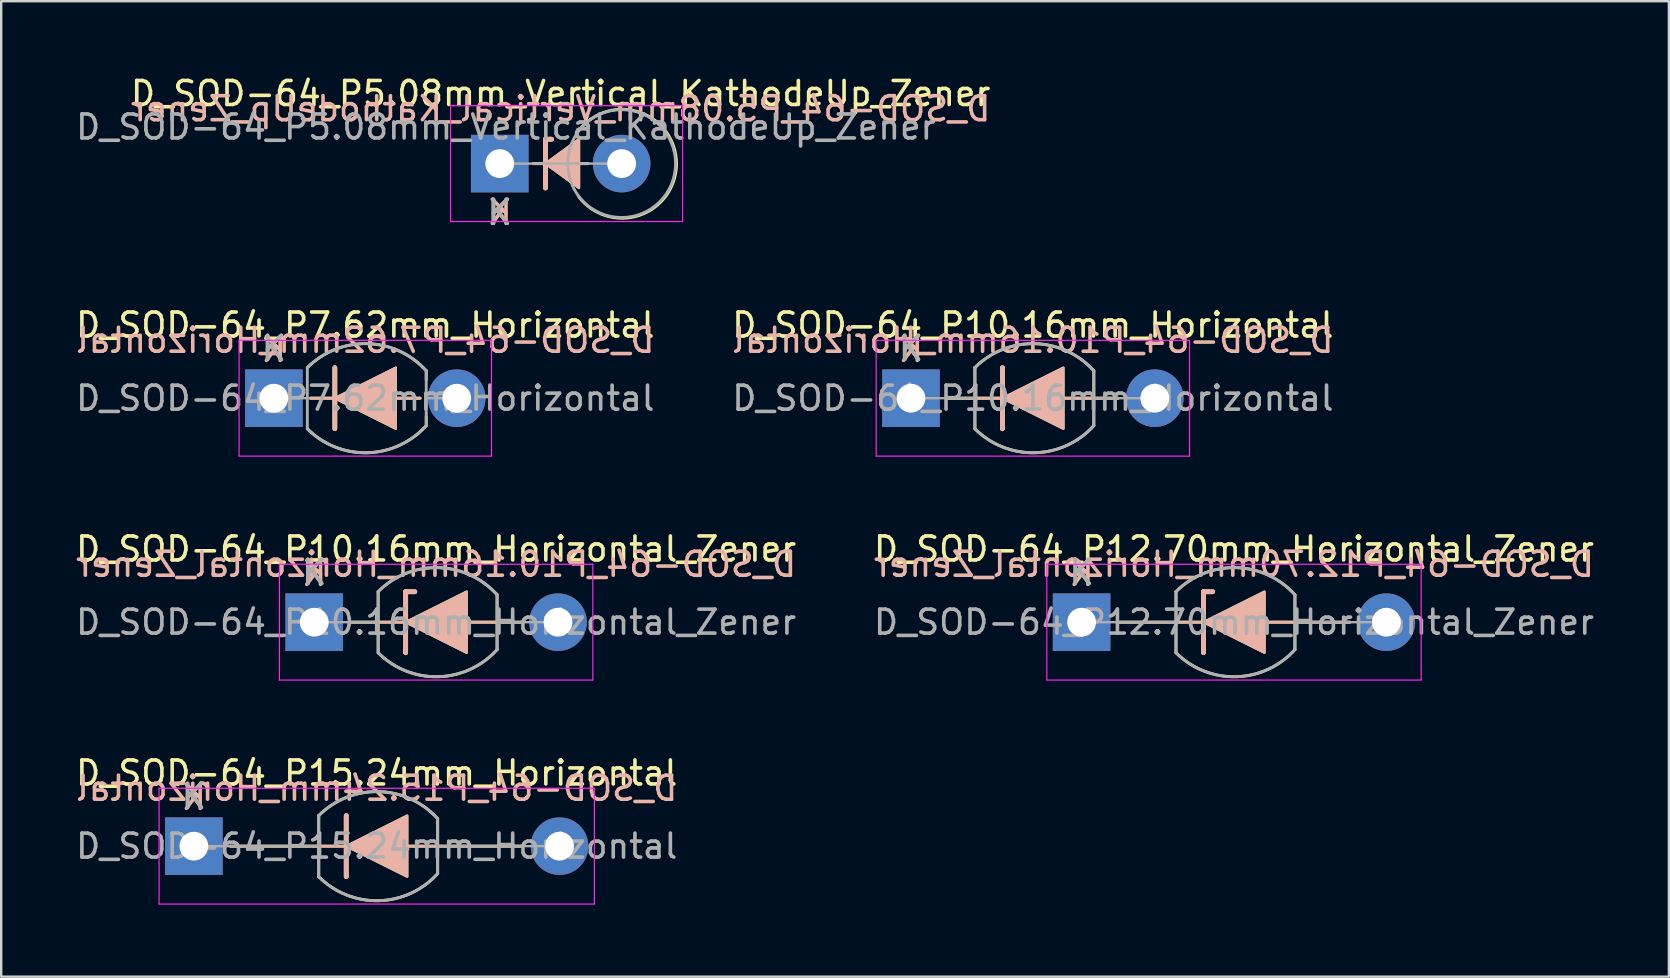
<source format=kicad_pcb>
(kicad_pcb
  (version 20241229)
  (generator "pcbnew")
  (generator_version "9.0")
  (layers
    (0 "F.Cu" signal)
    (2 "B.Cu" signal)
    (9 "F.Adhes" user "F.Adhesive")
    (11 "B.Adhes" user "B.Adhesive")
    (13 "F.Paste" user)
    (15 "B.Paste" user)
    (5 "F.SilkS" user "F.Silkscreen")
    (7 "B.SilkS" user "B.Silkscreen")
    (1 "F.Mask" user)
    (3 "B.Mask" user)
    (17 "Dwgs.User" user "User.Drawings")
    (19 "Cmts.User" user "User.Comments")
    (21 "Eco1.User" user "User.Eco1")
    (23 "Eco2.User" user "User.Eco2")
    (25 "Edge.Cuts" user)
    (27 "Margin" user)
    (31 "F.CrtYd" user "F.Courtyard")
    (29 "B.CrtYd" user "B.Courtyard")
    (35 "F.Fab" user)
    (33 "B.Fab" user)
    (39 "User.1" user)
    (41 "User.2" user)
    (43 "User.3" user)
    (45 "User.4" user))
  (footprint "D_SOD-64_P15.24mm_Horizontal"
    (layer "F.Cu")
    (at 5.029 32.213)
    (property "Reference" "D_SOD-64_P15.24mm_Horizontal" (at 7.62 -3.048 0) (layer "F.SilkS") (effects (font (size 1 1) (thickness 0.15))))
    (fp_line (start 1.524 0) (end 13.716 0) (stroke (width 0.12) (type solid)) (layer "F.SilkS"))
    (fp_line (start 5.204 1.27) (end 5.204 -1.273) (stroke (width 0.12) (type solid)) (layer "F.SilkS"))
    (fp_line (start 6.35 1.27) (end 6.35 -1.27) (stroke (width 0.2) (type solid)) (layer "F.SilkS"))
    (fp_line (start 10.16 -1.143) (end 10.16 1.143) (stroke (width 0.12) (type solid)) (layer "F.SilkS"))
    (fp_arc (start 5.20366 -1.27334) (mid 7.709833 -2.273039) (end 10.159998 -1.143) (stroke (width 0.12) (type solid)) (layer "F.SilkS"))
    (fp_arc (start 10.16 1.143) (mid 7.710216 2.273029) (end 5.204202 1.273879) (stroke (width 0.12) (type solid)) (layer "F.SilkS"))
    (fp_poly (pts (xy 8.89 1.27) (xy 6.35 0) (xy 8.89 -1.27)) (stroke (width 0.1) (type solid)) (fill yes) (layer "F.SilkS"))
    (fp_line (start 1.524 0) (end 13.716 0) (stroke (width 0.12) (type solid)) (layer "B.SilkS"))
    (fp_line (start 6.35 -1.27) (end 6.35 1.27) (stroke (width 0.2) (type solid)) (layer "B.SilkS"))
    (fp_poly (pts (xy 8.89 -1.27) (xy 6.35 0) (xy 8.89 1.27)) (stroke (width 0.1) (type solid)) (fill yes) (layer "B.SilkS"))
    (fp_line (start -1.45 -2.413) (end -1.45 2.413) (stroke (width 0.05) (type solid)) (layer "F.CrtYd"))
    (fp_line (start -1.45 2.413) (end 16.69 2.413) (stroke (width 0.05) (type solid)) (layer "F.CrtYd"))
    (fp_line (start 16.69 -2.413) (end -1.45 -2.413) (stroke (width 0.05) (type solid)) (layer "F.CrtYd"))
    (fp_line (start 16.69 2.413) (end 16.69 -2.413) (stroke (width 0.05) (type solid)) (layer "F.CrtYd"))
    (fp_line (start 0 0) (end 5.204 0.000269) (stroke (width 0.1) (type solid)) (layer "F.Fab"))
    (fp_line (start 5.204 1.274) (end 5.204 -1.273) (stroke (width 0.12) (type solid)) (layer "F.Fab"))
    (fp_line (start 10.16 -1.143) (end 10.16 1.143) (stroke (width 0.12) (type solid)) (layer "F.Fab"))
    (fp_line (start 15.24 0) (end 10.16 0) (stroke (width 0.1) (type solid)) (layer "F.Fab"))
    (fp_arc (start 5.2042 -1.273879) (mid 7.710214 -2.273029) (end 10.159998 -1.143) (stroke (width 0.12) (type solid)) (layer "F.Fab"))
    (fp_arc (start 10.16 1.143) (mid 7.710216 2.273029) (end 5.204202 1.273879) (stroke (width 0.12) (type solid)) (layer "F.Fab"))
    (fp_text user "K" (at 0 -2.073 0) (layer "F.SilkS") (effects (font (size 1 1) (thickness 0.15))))
    (fp_text user "${REFERENCE}" (at 7.62 -2.413 0) (layer "B.SilkS") (effects (font (size 1 1) (thickness 0.15)) (justify mirror)))
    (fp_text user "K" (at 0 -2.032 0) (layer "B.SilkS") (effects (font (size 1 1) (thickness 0.15)) (justify mirror)))
    (fp_text user "${REFERENCE}" (at 7.62 0 0) (layer "F.Fab") (effects (font (size 1 1) (thickness 0.15))))
    (fp_text user "K" (at 0 -2.073 0) (layer "F.Fab") (effects (font (size 1 1) (thickness 0.15))))
    (pad "1" thru_hole rect (at 0 0) (size 2.4 2.4) (drill 1.2) (layers "*.Cu" "*.Mask"))
    (pad "2" thru_hole oval (at 15.24 0) (size 2.4 2.4) (drill 1.2) (layers "*.Cu" "*.Mask")))
  (footprint "D_SOD-64_P10.16mm_Horizontal_Zener"
    (layer "F.Cu")
    (at 10.045 22.879)
    (property "Reference" "D_SOD-64_P10.16mm_Horizontal_Zener" (at 5.08 -3.048 0) (layer "F.SilkS") (effects (font (size 1 1) (thickness 0.15))))
    (fp_line (start 1.524 0) (end 8.636 0) (stroke (width 0.12) (type solid)) (layer "F.SilkS"))
    (fp_line (start 2.664 1.27) (end 2.664 -1.273) (stroke (width 0.12) (type solid)) (layer "F.SilkS"))
    (fp_line (start 3.81 -1.27) (end 4.191 -1.27) (stroke (width 0.2) (type solid)) (layer "F.SilkS"))
    (fp_line (start 3.81 1.27) (end 3.81 -1.27) (stroke (width 0.2) (type solid)) (layer "F.SilkS"))
    (fp_line (start 7.62 -1.143) (end 7.62 1.143) (stroke (width 0.12) (type solid)) (layer "F.SilkS"))
    (fp_arc (start 2.66366 -1.27334) (mid 5.169833 -2.273039) (end 7.619998 -1.143) (stroke (width 0.12) (type solid)) (layer "F.SilkS"))
    (fp_arc (start 7.62 1.143) (mid 5.170216 2.273029) (end 2.664202 1.273879) (stroke (width 0.12) (type solid)) (layer "F.SilkS"))
    (fp_poly (pts (xy 6.35 1.27) (xy 3.81 0) (xy 6.35 -1.27)) (stroke (width 0.1) (type solid)) (fill yes) (layer "F.SilkS"))
    (fp_line (start 1.524 0) (end 8.636 0) (stroke (width 0.12) (type solid)) (layer "B.SilkS"))
    (fp_line (start 3.81 -1.27) (end 3.81 1.27) (stroke (width 0.2) (type solid)) (layer "B.SilkS"))
    (fp_line (start 3.81 -1.27) (end 4.191 -1.27) (stroke (width 0.2) (type solid)) (layer "B.SilkS"))
    (fp_poly (pts (xy 6.35 -1.27) (xy 3.81 0) (xy 6.35 1.27)) (stroke (width 0.1) (type solid)) (fill yes) (layer "B.SilkS"))
    (fp_line (start -1.45 -2.413) (end -1.45 2.413) (stroke (width 0.05) (type solid)) (layer "F.CrtYd"))
    (fp_line (start -1.45 2.413) (end 11.61 2.413) (stroke (width 0.05) (type solid)) (layer "F.CrtYd"))
    (fp_line (start 11.61 -2.413) (end -1.45 -2.413) (stroke (width 0.05) (type solid)) (layer "F.CrtYd"))
    (fp_line (start 11.61 2.413) (end 11.61 -2.413) (stroke (width 0.05) (type solid)) (layer "F.CrtYd"))
    (fp_line (start 0 0) (end 2.664 0.000269) (stroke (width 0.1) (type solid)) (layer "F.Fab"))
    (fp_line (start 2.664 1.274) (end 2.664 -1.273) (stroke (width 0.12) (type solid)) (layer "F.Fab"))
    (fp_line (start 7.62 -1.143) (end 7.62 1.143) (stroke (width 0.12) (type solid)) (layer "F.Fab"))
    (fp_line (start 10.16 0) (end 7.62 0) (stroke (width 0.1) (type solid)) (layer "F.Fab"))
    (fp_arc (start 2.6642 -1.273879) (mid 5.170214 -2.273029) (end 7.619998 -1.143) (stroke (width 0.12) (type solid)) (layer "F.Fab"))
    (fp_arc (start 7.62 1.143) (mid 5.170216 2.273029) (end 2.664202 1.273879) (stroke (width 0.12) (type solid)) (layer "F.Fab"))
    (fp_text user "K" (at 0 -2.073 0) (layer "F.SilkS") (effects (font (size 1 1) (thickness 0.15))))
    (fp_text user "K" (at 0 -2.032 0) (layer "B.SilkS") (effects (font (size 1 1) (thickness 0.15)) (justify mirror)))
    (fp_text user "${REFERENCE}" (at 5.08 -2.413 0) (layer "B.SilkS") (effects (font (size 1 1) (thickness 0.15)) (justify mirror)))
    (fp_text user "K" (at 0 -2.073 0) (layer "F.Fab") (effects (font (size 1 1) (thickness 0.15))))
    (fp_text user "${REFERENCE}" (at 5.08 0 0) (layer "F.Fab") (effects (font (size 1 1) (thickness 0.15))))
    (pad "1" thru_hole rect (at 0 0) (size 2.4 2.4) (drill 1.2) (layers "*.Cu" "*.Mask"))
    (pad "2" thru_hole oval (at 10.16 0) (size 2.4 2.4) (drill 1.2) (layers "*.Cu" "*.Mask")))
  (footprint "D_SOD-64_P12.70mm_Horizontal_Zener"
    (layer "F.Cu")
    (at 42.025 22.879)
    (property "Reference" "D_SOD-64_P12.70mm_Horizontal_Zener" (at 6.35 -3.048 0) (layer "F.SilkS") (effects (font (size 1 1) (thickness 0.15))))
    (fp_line (start 1.524 0) (end 11.176 0) (stroke (width 0.12) (type solid)) (layer "F.SilkS"))
    (fp_line (start 3.934 1.27) (end 3.934 -1.273) (stroke (width 0.12) (type solid)) (layer "F.SilkS"))
    (fp_line (start 5.08 -1.27) (end 5.461 -1.27) (stroke (width 0.2) (type solid)) (layer "F.SilkS"))
    (fp_line (start 5.08 1.27) (end 5.08 -1.27) (stroke (width 0.2) (type solid)) (layer "F.SilkS"))
    (fp_line (start 8.89 -1.143) (end 8.89 1.143) (stroke (width 0.12) (type solid)) (layer "F.SilkS"))
    (fp_arc (start 3.93366 -1.27334) (mid 6.439833 -2.273039) (end 8.889998 -1.143) (stroke (width 0.12) (type solid)) (layer "F.SilkS"))
    (fp_arc (start 8.89 1.143) (mid 6.440216 2.273029) (end 3.934202 1.273879) (stroke (width 0.12) (type solid)) (layer "F.SilkS"))
    (fp_poly (pts (xy 7.62 1.27) (xy 5.08 0) (xy 7.62 -1.27)) (stroke (width 0.1) (type solid)) (fill yes) (layer "F.SilkS"))
    (fp_line (start 1.524 0) (end 11.176 0) (stroke (width 0.12) (type solid)) (layer "B.SilkS"))
    (fp_line (start 5.08 -1.27) (end 5.08 1.27) (stroke (width 0.2) (type solid)) (layer "B.SilkS"))
    (fp_line (start 5.08 -1.27) (end 5.461 -1.27) (stroke (width 0.2) (type solid)) (layer "B.SilkS"))
    (fp_poly (pts (xy 7.62 -1.27) (xy 5.08 0) (xy 7.62 1.27)) (stroke (width 0.1) (type solid)) (fill yes) (layer "B.SilkS"))
    (fp_line (start -1.45 -2.413) (end -1.45 2.413) (stroke (width 0.05) (type solid)) (layer "F.CrtYd"))
    (fp_line (start -1.45 2.413) (end 14.15 2.413) (stroke (width 0.05) (type solid)) (layer "F.CrtYd"))
    (fp_line (start 14.15 -2.413) (end -1.45 -2.413) (stroke (width 0.05) (type solid)) (layer "F.CrtYd"))
    (fp_line (start 14.15 2.413) (end 14.15 -2.413) (stroke (width 0.05) (type solid)) (layer "F.CrtYd"))
    (fp_line (start 0 0.000269) (end 3.934 0.000269) (stroke (width 0.1) (type solid)) (layer "F.Fab"))
    (fp_line (start 3.934 1.274) (end 3.934 -1.273) (stroke (width 0.12) (type solid)) (layer "F.Fab"))
    (fp_line (start 8.89 -1.143) (end 8.89 1.143) (stroke (width 0.12) (type solid)) (layer "F.Fab"))
    (fp_line (start 12.7 0) (end 8.89 0) (stroke (width 0.1) (type solid)) (layer "F.Fab"))
    (fp_arc (start 3.9342 -1.273879) (mid 6.440214 -2.273029) (end 8.889998 -1.143) (stroke (width 0.12) (type solid)) (layer "F.Fab"))
    (fp_arc (start 8.89 1.143) (mid 6.440216 2.273029) (end 3.934202 1.273879) (stroke (width 0.12) (type solid)) (layer "F.Fab"))
    (fp_text user "K" (at 0 -2.073 0) (layer "F.SilkS") (effects (font (size 1 1) (thickness 0.15))))
    (fp_text user "K" (at 0 -2.032 0) (layer "B.SilkS") (effects (font (size 1 1) (thickness 0.15)) (justify mirror)))
    (fp_text user "${REFERENCE}" (at 6.35 -2.413 0) (layer "B.SilkS") (effects (font (size 1 1) (thickness 0.15)) (justify mirror)))
    (fp_text user "K" (at 0 -2.073 0) (layer "F.Fab") (effects (font (size 1 1) (thickness 0.15))))
    (fp_text user "${REFERENCE}" (at 6.35 0 0) (layer "F.Fab") (effects (font (size 1 1) (thickness 0.15))))
    (pad "1" thru_hole rect (at 0 0) (size 2.4 2.4) (drill 1.2) (layers "*.Cu" "*.Mask"))
    (pad "2" thru_hole oval (at 12.7 0) (size 2.4 2.4) (drill 1.2) (layers "*.Cu" "*.Mask")))
  (footprint "D_SOD-64_P10.16mm_Horizontal"
    (layer "F.Cu")
    (at 34.914 13.545)
    (property "Reference" "D_SOD-64_P10.16mm_Horizontal" (at 5.08 -3.048 0) (layer "F.SilkS") (effects (font (size 1 1) (thickness 0.15))))
    (fp_line (start 1.524 0) (end 8.636 0) (stroke (width 0.12) (type solid)) (layer "F.SilkS"))
    (fp_line (start 2.664 1.27) (end 2.664 -1.273) (stroke (width 0.12) (type solid)) (layer "F.SilkS"))
    (fp_line (start 3.81 1.27) (end 3.81 -1.27) (stroke (width 0.2) (type solid)) (layer "F.SilkS"))
    (fp_line (start 7.62 -1.143) (end 7.62 1.143) (stroke (width 0.12) (type solid)) (layer "F.SilkS"))
    (fp_arc (start 2.66366 -1.27334) (mid 5.169833 -2.273039) (end 7.619998 -1.143) (stroke (width 0.12) (type solid)) (layer "F.SilkS"))
    (fp_arc (start 7.62 1.143) (mid 5.170216 2.273029) (end 2.664202 1.273879) (stroke (width 0.12) (type solid)) (layer "F.SilkS"))
    (fp_poly (pts (xy 6.35 1.27) (xy 3.81 0) (xy 6.35 -1.27)) (stroke (width 0.1) (type solid)) (fill yes) (layer "F.SilkS"))
    (fp_line (start 1.524 0) (end 8.636 0) (stroke (width 0.12) (type solid)) (layer "B.SilkS"))
    (fp_line (start 3.81 -1.27) (end 3.81 1.27) (stroke (width 0.2) (type solid)) (layer "B.SilkS"))
    (fp_poly (pts (xy 6.35 -1.27) (xy 3.81 0) (xy 6.35 1.27)) (stroke (width 0.1) (type solid)) (fill yes) (layer "B.SilkS"))
    (fp_line (start -1.45 -2.413) (end -1.45 2.413) (stroke (width 0.05) (type solid)) (layer "F.CrtYd"))
    (fp_line (start -1.45 2.413) (end 11.61 2.413) (stroke (width 0.05) (type solid)) (layer "F.CrtYd"))
    (fp_line (start 11.61 -2.413) (end -1.45 -2.413) (stroke (width 0.05) (type solid)) (layer "F.CrtYd"))
    (fp_line (start 11.61 2.413) (end 11.61 -2.413) (stroke (width 0.05) (type solid)) (layer "F.CrtYd"))
    (fp_line (start 0 0) (end 2.664 0.000269) (stroke (width 0.1) (type solid)) (layer "F.Fab"))
    (fp_line (start 2.664 1.274) (end 2.664 -1.273) (stroke (width 0.12) (type solid)) (layer "F.Fab"))
    (fp_line (start 7.62 -1.143) (end 7.62 1.143) (stroke (width 0.12) (type solid)) (layer "F.Fab"))
    (fp_line (start 7.62 0) (end 10.16 0) (stroke (width 0.1) (type solid)) (layer "F.Fab"))
    (fp_arc (start 2.6642 -1.273879) (mid 5.170214 -2.273029) (end 7.619998 -1.143) (stroke (width 0.12) (type solid)) (layer "F.Fab"))
    (fp_arc (start 7.62 1.143) (mid 5.170216 2.273029) (end 2.664202 1.273879) (stroke (width 0.12) (type solid)) (layer "F.Fab"))
    (fp_text user "K" (at 0 -2.073 0) (layer "F.SilkS") (effects (font (size 1 1) (thickness 0.15))))
    (fp_text user "K" (at 0 -2.032 0) (layer "B.SilkS") (effects (font (size 1 1) (thickness 0.15)) (justify mirror)))
    (fp_text user "${REFERENCE}" (at 5.08 -2.413 0) (layer "B.SilkS") (effects (font (size 1 1) (thickness 0.15)) (justify mirror)))
    (fp_text user "${REFERENCE}" (at 5.08 0 0) (layer "F.Fab") (effects (font (size 1 1) (thickness 0.15))))
    (fp_text user "K" (at 0 -2.073 0) (layer "F.Fab") (effects (font (size 1 1) (thickness 0.15))))
    (pad "1" thru_hole rect (at 0 0) (size 2.4 2.4) (drill 1.2) (layers "*.Cu" "*.Mask"))
    (pad "2" thru_hole oval (at 10.16 0) (size 2.4 2.4) (drill 1.2) (layers "*.Cu" "*.Mask")))
  (footprint "D_SOD-64_P5.08mm_Vertical_KathodeUp_Zener"
    (layer "F.Cu")
    (at 17.776 3.768)
    (property "Reference" "D_SOD-64_P5.08mm_Vertical_KathodeUp_Zener" (at 2.54 -2.92 0) (layer "F.SilkS") (effects (font (size 1 1) (thickness 0.15))))
    (fp_line (start 1.397 0) (end 2.413 0) (stroke (width 0.12) (type solid)) (layer "F.SilkS"))
    (fp_line (start 1.905 -1.016) (end 1.905 1.016) (stroke (width 0.2) (type solid)) (layer "F.SilkS"))
    (fp_line (start 1.905 -1.016) (end 2.159 -1.016) (stroke (width 0.2) (type solid)) (layer "F.SilkS"))
    (fp_line (start 1.92 0) (end 3.683 0) (stroke (width 0.12) (type solid)) (layer "F.SilkS"))
    (fp_arc (start 3.307539 -1.392669) (mid 7.36629 0.01023) (end 3.302 1.397) (stroke (width 0.12) (type solid)) (layer "F.SilkS"))
    (fp_poly (pts (xy 3.302 1.016) (xy 1.905 0) (xy 3.302 -1.016)) (stroke (width 0.1) (type solid)) (fill yes) (layer "F.SilkS"))
    (fp_line (start 1.397 0) (end 2.413 0) (stroke (width 0.12) (type solid)) (layer "B.SilkS"))
    (fp_line (start 1.905 -1.016) (end 2.159 -1.016) (stroke (width 0.2) (type solid)) (layer "B.SilkS"))
    (fp_line (start 1.905 1.016) (end 1.905 -1.016) (stroke (width 0.2) (type solid)) (layer "B.SilkS"))
    (fp_line (start 1.92 0) (end 3.683 0) (stroke (width 0.12) (type solid)) (layer "B.SilkS"))
    (fp_poly (pts (xy 3.302 -1.016) (xy 1.905 0) (xy 3.302 1.016)) (stroke (width 0.1) (type solid)) (fill yes) (layer "B.SilkS"))
    (fp_line (start -2.05 -2.413) (end -2.05 2.413) (stroke (width 0.05) (type solid)) (layer "F.CrtYd"))
    (fp_line (start -2.05 2.413) (end 7.62 2.413) (stroke (width 0.05) (type solid)) (layer "F.CrtYd"))
    (fp_line (start 7.62 -2.413) (end -2.05 -2.413) (stroke (width 0.05) (type solid)) (layer "F.CrtYd"))
    (fp_line (start 7.62 2.413) (end 7.62 -2.413) (stroke (width 0.05) (type solid)) (layer "F.CrtYd"))
    (fp_line (start 0 0) (end 5.08 0) (stroke (width 0.1) (type solid)) (layer "F.Fab"))
    (fp_circle (center 5.08 0) (end 3.429 -1.524) (stroke (width 0.12) (type solid)) (fill no) (layer "F.Fab"))
    (fp_text user "K" (at 0 2.032 0) (layer "F.SilkS") (effects (font (size 1 1) (thickness 0.15))))
    (fp_text user "K" (at 0 2.032 0) (layer "B.SilkS") (effects (font (size 1 1) (thickness 0.15)) (justify mirror)))
    (fp_text user "${REFERENCE}" (at 2.54 -2.286 0) (layer "B.SilkS") (effects (font (size 1 1) (thickness 0.15)) (justify mirror)))
    (fp_text user "K" (at 0 2.032 0) (layer "F.Fab") (effects (font (size 1 1) (thickness 0.15))))
    (fp_text user "${REFERENCE}" (at 0.254 -1.524 0) (layer "F.Fab") (effects (font (size 1 1) (thickness 0.15))))
    (pad "1" thru_hole rect (at 0 0) (size 2.4 2.4) (drill 1.2) (layers "*.Cu" "*.Mask"))
    (pad "2" thru_hole oval (at 5.08 0) (size 2.4 2.4) (drill 1.2) (layers "*.Cu" "*.Mask")))
  (footprint "D_SOD-64_P7.62mm_Horizontal"
    (layer "F.Cu")
    (at 8.363 13.545)
    (property "Reference" "D_SOD-64_P7.62mm_Horizontal" (at 3.81 -3.048 0) (layer "F.SilkS") (effects (font (size 1 1) (thickness 0.15))))
    (fp_line (start 1.524 0) (end 6.096 0) (stroke (width 0.12) (type solid)) (layer "F.SilkS"))
    (fp_line (start 2.54 1.27) (end 2.54 -1.27) (stroke (width 0.2) (type solid)) (layer "F.SilkS"))
    (fp_line (start 6.35 -1.143) (end 6.35 -0.762) (stroke (width 0.12) (type solid)) (layer "F.SilkS"))
    (fp_line (start 6.35 1.143) (end 6.35 0.762) (stroke (width 0.12) (type solid)) (layer "F.SilkS"))
    (fp_arc (start 1.39366 -1.27334) (mid 3.899833 -2.273039) (end 6.349998 -1.143) (stroke (width 0.12) (type solid)) (layer "F.SilkS"))
    (fp_arc (start 6.35 1.143) (mid 3.900216 2.273029) (end 1.394202 1.273879) (stroke (width 0.12) (type solid)) (layer "F.SilkS"))
    (fp_poly (pts (xy 5.08 1.27) (xy 2.54 0) (xy 5.08 -1.27)) (stroke (width 0.1) (type solid)) (fill yes) (layer "F.SilkS"))
    (fp_line (start 1.524 0) (end 6.096 0) (stroke (width 0.12) (type solid)) (layer "B.SilkS"))
    (fp_line (start 2.54 -1.27) (end 2.54 1.27) (stroke (width 0.2) (type solid)) (layer "B.SilkS"))
    (fp_poly (pts (xy 5.08 -1.27) (xy 2.54 0) (xy 5.08 1.27)) (stroke (width 0.1) (type solid)) (fill yes) (layer "B.SilkS"))
    (fp_line (start -1.45 -2.413) (end -1.45 2.413) (stroke (width 0.05) (type solid)) (layer "F.CrtYd"))
    (fp_line (start -1.45 2.413) (end 9.07 2.413) (stroke (width 0.05) (type solid)) (layer "F.CrtYd"))
    (fp_line (start 9.07 -2.413) (end -1.45 -2.413) (stroke (width 0.05) (type solid)) (layer "F.CrtYd"))
    (fp_line (start 9.07 2.413) (end 9.07 -2.413) (stroke (width 0.05) (type solid)) (layer "F.CrtYd"))
    (fp_line (start 0 0) (end 1.394 0.000269) (stroke (width 0.1) (type solid)) (layer "F.Fab"))
    (fp_line (start 1.394 1.274) (end 1.394 -1.273) (stroke (width 0.12) (type solid)) (layer "F.Fab"))
    (fp_line (start 6.35 -1.143) (end 6.35 1.143) (stroke (width 0.12) (type solid)) (layer "F.Fab"))
    (fp_line (start 6.35 0) (end 7.62 0) (stroke (width 0.1) (type solid)) (layer "F.Fab"))
    (fp_arc (start 1.3942 -1.273879) (mid 3.900214 -2.273029) (end 6.349998 -1.143) (stroke (width 0.12) (type solid)) (layer "F.Fab"))
    (fp_arc (start 6.35 1.143) (mid 3.900216 2.273029) (end 1.394202 1.273879) (stroke (width 0.12) (type solid)) (layer "F.Fab"))
    (fp_text user "K" (at 0 -2.073 0) (layer "F.SilkS") (effects (font (size 1 1) (thickness 0.15))))
    (fp_text user "K" (at 0 -2.032 0) (layer "B.SilkS") (effects (font (size 1 1) (thickness 0.15)) (justify mirror)))
    (fp_text user "${REFERENCE}" (at 3.81 -2.413 0) (layer "B.SilkS") (effects (font (size 1 1) (thickness 0.15)) (justify mirror)))
    (fp_text user "${REFERENCE}" (at 3.81 0 0) (layer "F.Fab") (effects (font (size 1 1) (thickness 0.15))))
    (fp_text user "K" (at 0 -2.073 0) (layer "F.Fab") (effects (font (size 1 1) (thickness 0.15))))
    (pad "1" thru_hole rect (at 0 0) (size 2.4 2.4) (drill 1.2) (layers "*.Cu" "*.Mask"))
    (pad "2" thru_hole oval (at 7.62 0) (size 2.4 2.4) (drill 1.2) (layers "*.Cu" "*.Mask")))
  (gr_rect
    (start -3 -3)
    (end 66.5 37.651)
    (stroke (width 0.1) (type default))
    (fill no)
    (layer "Edge.Cuts")))
</source>
